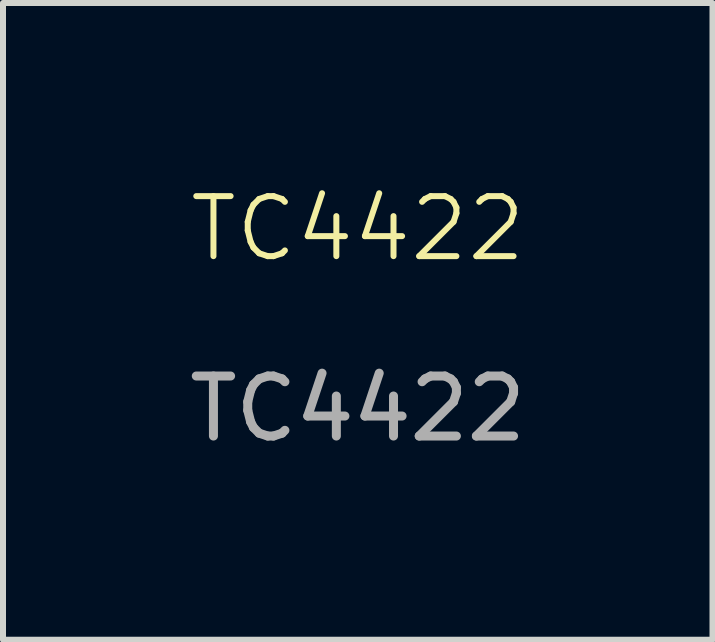
<source format=kicad_pcb>
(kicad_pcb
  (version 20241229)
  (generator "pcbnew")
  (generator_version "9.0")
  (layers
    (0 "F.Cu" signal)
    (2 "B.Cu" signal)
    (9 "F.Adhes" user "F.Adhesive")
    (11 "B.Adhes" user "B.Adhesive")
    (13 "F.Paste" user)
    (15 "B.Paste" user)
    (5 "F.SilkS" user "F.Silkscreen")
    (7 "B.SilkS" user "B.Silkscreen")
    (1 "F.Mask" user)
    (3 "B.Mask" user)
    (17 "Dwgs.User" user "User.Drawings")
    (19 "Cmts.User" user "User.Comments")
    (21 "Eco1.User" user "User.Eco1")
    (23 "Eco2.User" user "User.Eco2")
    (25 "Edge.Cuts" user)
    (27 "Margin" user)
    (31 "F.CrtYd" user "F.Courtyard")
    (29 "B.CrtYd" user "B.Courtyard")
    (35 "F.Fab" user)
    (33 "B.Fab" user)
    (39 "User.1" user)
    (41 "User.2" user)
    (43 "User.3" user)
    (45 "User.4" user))
  (footprint "TC4422"
    (layer "F.Cu")
    (at 2.911 1.26)
    (property "Reference" "TC4422" (at 0 -0.5 0) (unlocked yes) (layer "F.SilkS") (effects (font (size 1 1) (thickness 0.1))))
    (attr smd)
    (fp_text user "${REFERENCE}" (at 0 2.5 0) (unlocked yes) (layer "F.Fab") (effects (font (size 1 1) (thickness 0.15)))))
  (gr_rect
    (start -3 -3)
    (end 8.821 7.609)
    (stroke (width 0.1) (type default))
    (fill no)
    (layer "Edge.Cuts")))
</source>
